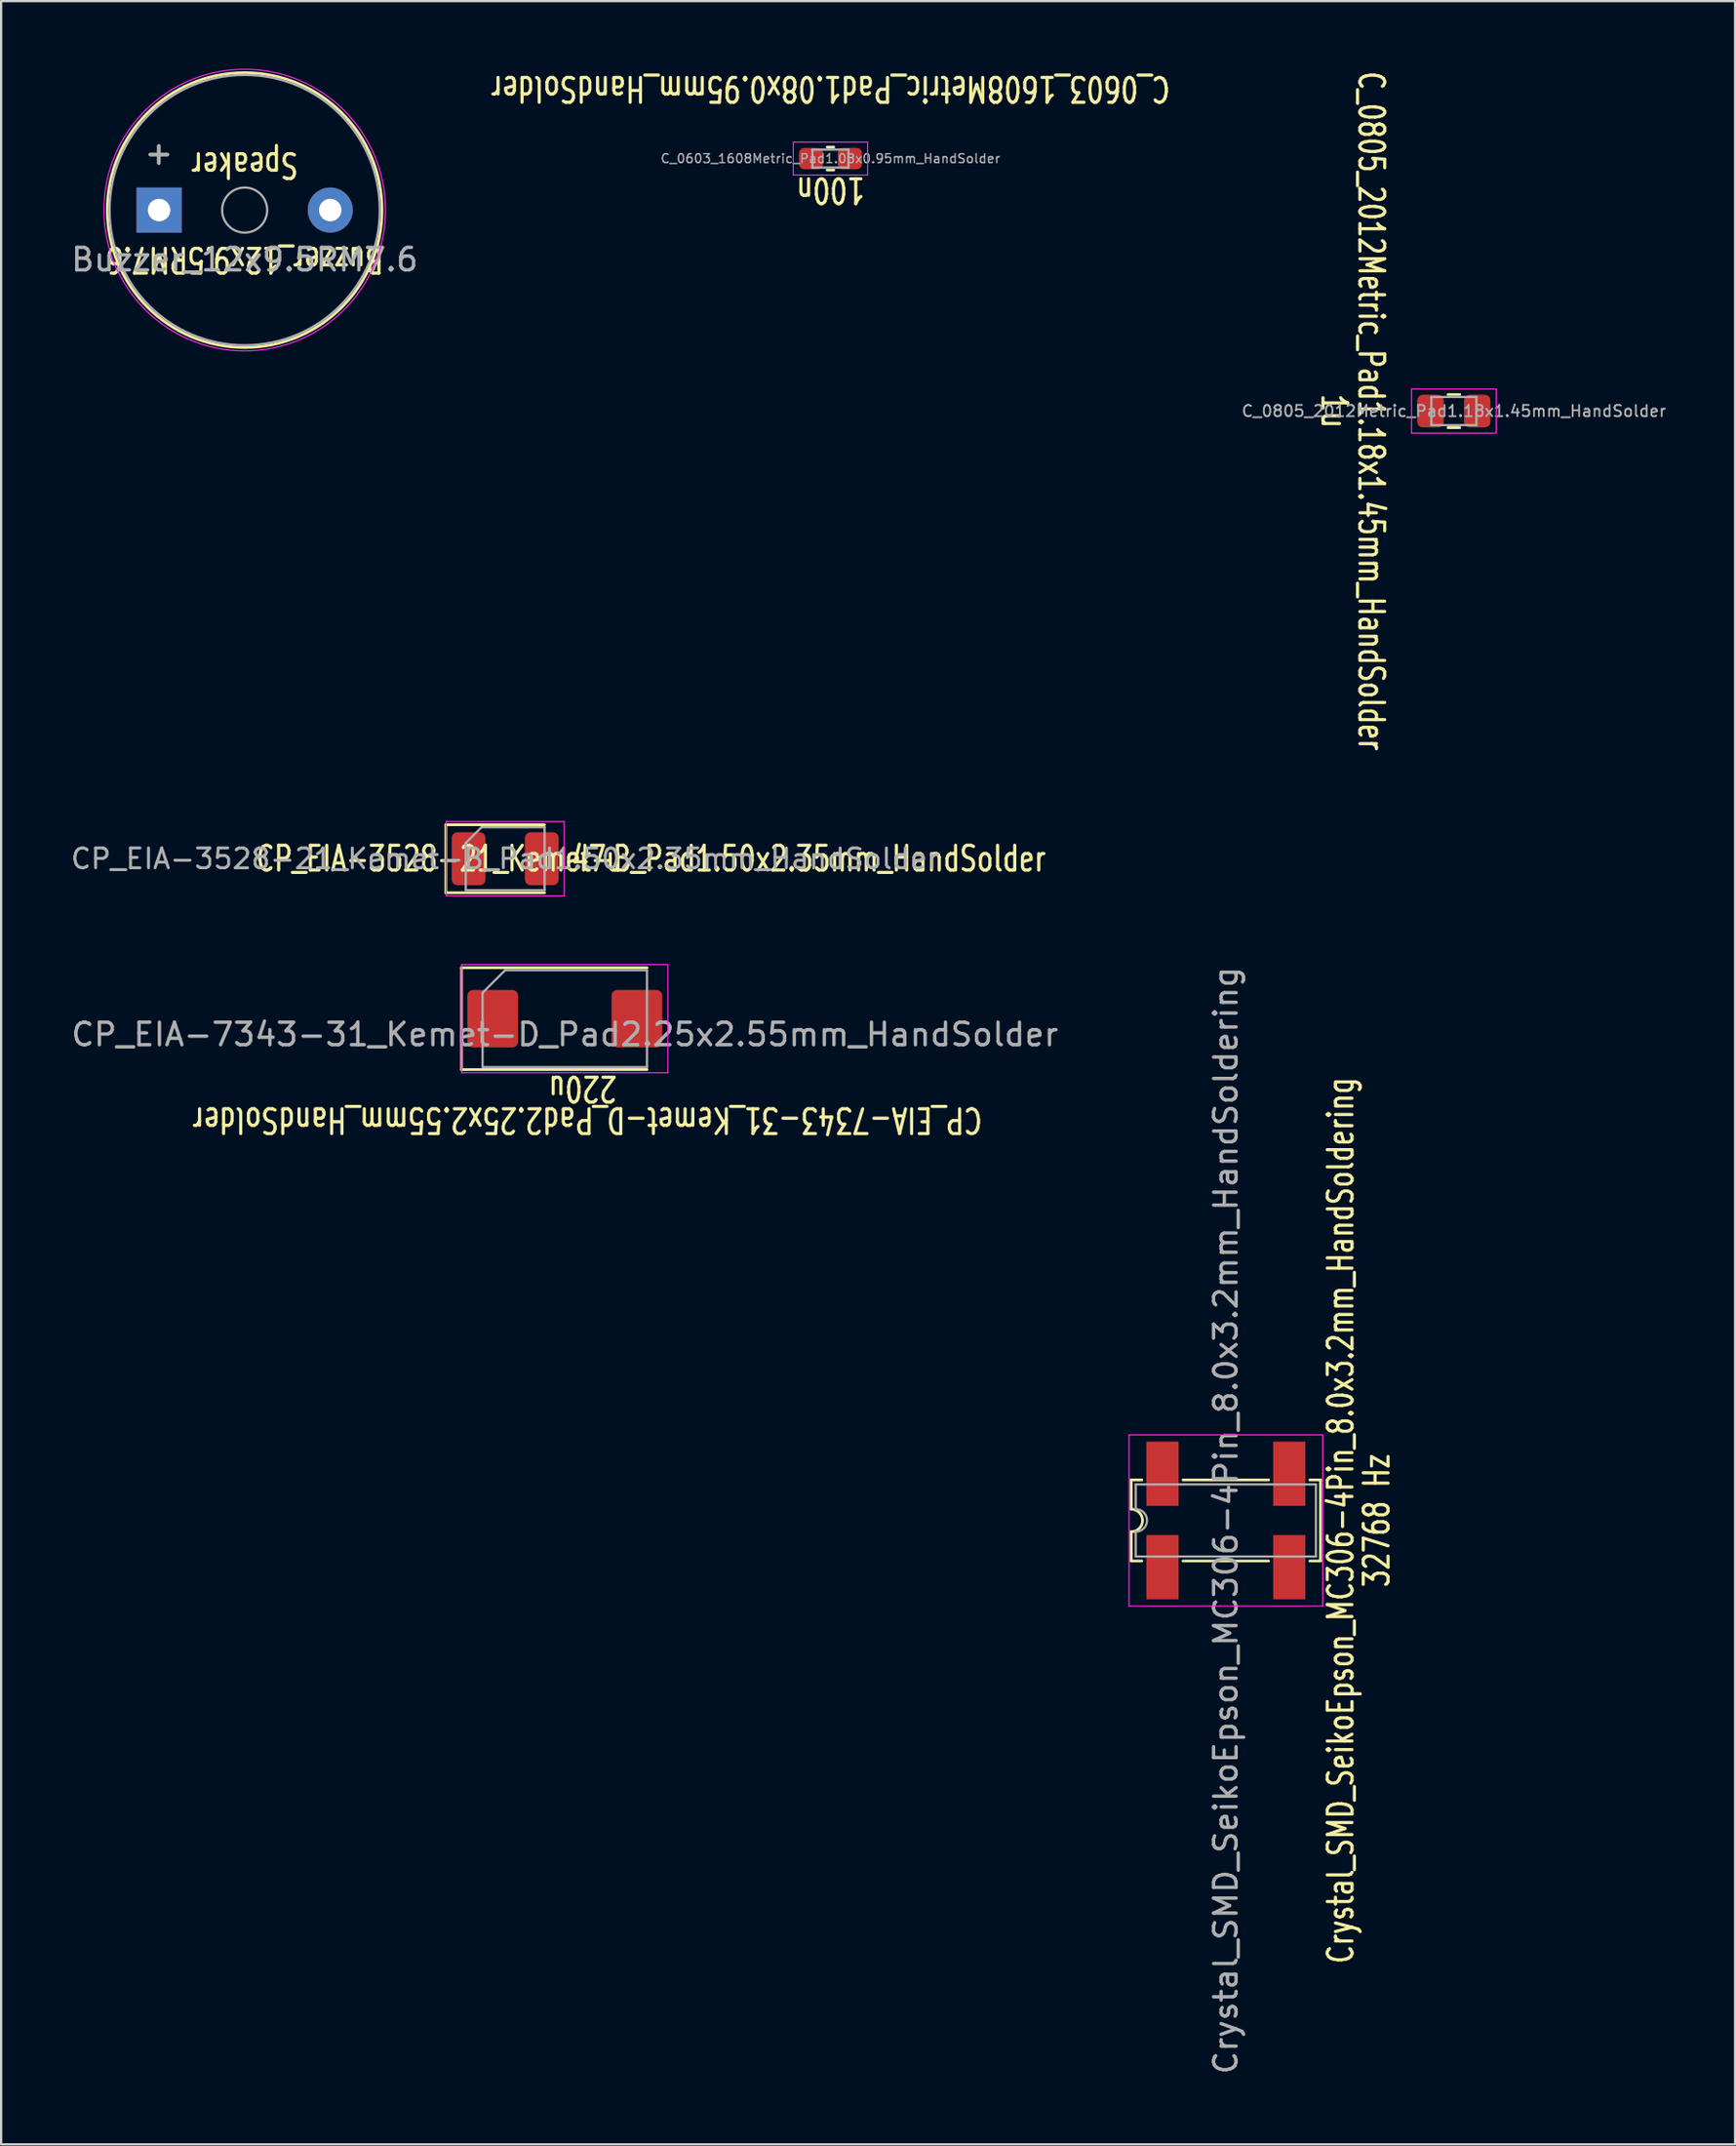
<source format=kicad_pcb>
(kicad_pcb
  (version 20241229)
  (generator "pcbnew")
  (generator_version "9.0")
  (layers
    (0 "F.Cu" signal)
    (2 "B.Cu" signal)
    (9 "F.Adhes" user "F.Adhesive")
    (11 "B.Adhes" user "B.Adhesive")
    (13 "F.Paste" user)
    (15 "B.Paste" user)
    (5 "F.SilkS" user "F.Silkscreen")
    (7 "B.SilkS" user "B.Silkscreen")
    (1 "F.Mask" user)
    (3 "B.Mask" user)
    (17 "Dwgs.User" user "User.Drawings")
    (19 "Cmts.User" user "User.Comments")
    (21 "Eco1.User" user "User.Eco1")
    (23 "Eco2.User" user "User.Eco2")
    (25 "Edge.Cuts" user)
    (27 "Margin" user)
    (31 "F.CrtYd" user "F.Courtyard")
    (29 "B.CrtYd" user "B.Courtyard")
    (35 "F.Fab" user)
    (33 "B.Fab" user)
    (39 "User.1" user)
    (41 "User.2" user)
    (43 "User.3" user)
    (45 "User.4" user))
  (footprint "C_0603_1608Metric_Pad1.08x0.95mm_HandSolder"
    (layer "F.Cu")
    (at 33.828 3.989)
    (property "Reference" "C_0603_1608Metric_Pad1.08x0.95mm_HandSolder" (at 0 -3.1 180) (unlocked yes) (layer "F.SilkS") (effects (font (size 1.1 0.8) (thickness 0.14))))
    (property "Value" "100n" (at 0 1.43 0) (layer "F.Fab") (hide yes) (effects (font (size 1 1) (thickness 0.15))))
    (attr smd)
    (fp_line (start -0.146 -0.51) (end 0.146 -0.51) (stroke (width 0.12) (type solid)) (layer "F.SilkS"))
    (fp_line (start -0.146 0.51) (end 0.146 0.51) (stroke (width 0.12) (type solid)) (layer "F.SilkS"))
    (fp_line (start -1.65 -0.73) (end 1.65 -0.73) (stroke (width 0.05) (type solid)) (layer "F.CrtYd"))
    (fp_line (start -1.65 0.73) (end -1.65 -0.73) (stroke (width 0.05) (type solid)) (layer "F.CrtYd"))
    (fp_line (start 1.65 -0.73) (end 1.65 0.73) (stroke (width 0.05) (type solid)) (layer "F.CrtYd"))
    (fp_line (start 1.65 0.73) (end -1.65 0.73) (stroke (width 0.05) (type solid)) (layer "F.CrtYd"))
    (fp_line (start -0.8 -0.4) (end 0.8 -0.4) (stroke (width 0.1) (type solid)) (layer "F.Fab"))
    (fp_line (start -0.8 0.4) (end -0.8 -0.4) (stroke (width 0.1) (type solid)) (layer "F.Fab"))
    (fp_line (start 0.8 -0.4) (end 0.8 0.4) (stroke (width 0.1) (type solid)) (layer "F.Fab"))
    (fp_line (start 0.8 0.4) (end -0.8 0.4) (stroke (width 0.1) (type solid)) (layer "F.Fab"))
    (fp_text user "${VALUE}" (at 0 1.4 180) (unlocked yes) (layer "F.SilkS") (effects (font (size 1.1 0.8) (thickness 0.14))))
    (fp_text user "${REFERENCE}" (at 0 0 0) (layer "F.Fab") (effects (font (size 0.4 0.4) (thickness 0.06))))
    (pad "1" smd roundrect (at -0.863 0) (size 1.075 0.95) (layers "F.Cu" "F.Mask" "F.Paste") (roundrect_rratio 0.25))
    (pad "2" smd roundrect (at 0.863 0) (size 1.075 0.95) (layers "F.Cu" "F.Mask" "F.Paste") (roundrect_rratio 0.25)))
  (footprint "Crystal_SMD_SeikoEpson_MC306-4Pin_8.0x3.2mm_HandSoldering"
    (layer "F.Cu")
    (at 51.385 64.44)
    (property "Reference" "Crystal_SMD_SeikoEpson_MC306-4Pin_8.0x3.2mm_HandSoldering" (at 5.1 0 90) (unlocked yes) (layer "F.SilkS") (effects (font (size 1.1 0.8) (thickness 0.14))))
    (property "Value" "32768 Hz" (at 5.1 0.8 270) (layer "F.Fab") (hide yes) (effects (font (size 1 1) (thickness 0.15))))
    (attr smd)
    (fp_line (start -4.2 -1.8) (end -3.73 -1.8) (stroke (width 0.12) (type solid)) (layer "F.SilkS"))
    (fp_line (start -4.2 -0.5) (end -4.2 -1.8) (stroke (width 0.12) (type solid)) (layer "F.SilkS"))
    (fp_line (start -4.2 1.8) (end -4.2 0.5) (stroke (width 0.12) (type solid)) (layer "F.SilkS"))
    (fp_line (start -4.2 1.8) (end -3.73 1.8) (stroke (width 0.12) (type solid)) (layer "F.SilkS"))
    (fp_line (start -1.9 -1.8) (end 1.9 -1.8) (stroke (width 0.12) (type solid)) (layer "F.SilkS"))
    (fp_line (start 1.9 1.8) (end -1.9 1.8) (stroke (width 0.12) (type solid)) (layer "F.SilkS"))
    (fp_line (start 3.73 -1.8) (end 4.2 -1.8) (stroke (width 0.12) (type solid)) (layer "F.SilkS"))
    (fp_line (start 4.2 -1.8) (end 4.2 1.8) (stroke (width 0.12) (type solid)) (layer "F.SilkS"))
    (fp_line (start 4.2 1.8) (end 3.73 1.8) (stroke (width 0.12) (type solid)) (layer "F.SilkS"))
    (fp_arc (start -4.2 -0.5) (mid -3.7 0) (end -4.2 0.5) (stroke (width 0.12) (type solid)) (layer "F.SilkS"))
    (fp_line (start -4.3 -3.8) (end -4.3 3.8) (stroke (width 0.05) (type solid)) (layer "F.CrtYd"))
    (fp_line (start -4.3 3.8) (end 4.3 3.8) (stroke (width 0.05) (type solid)) (layer "F.CrtYd"))
    (fp_line (start 4.3 -3.8) (end -4.3 -3.8) (stroke (width 0.05) (type solid)) (layer "F.CrtYd"))
    (fp_line (start 4.3 3.8) (end 4.3 -3.8) (stroke (width 0.05) (type solid)) (layer "F.CrtYd"))
    (fp_line (start -4 -1.6) (end 4 -1.6) (stroke (width 0.1) (type solid)) (layer "F.Fab"))
    (fp_line (start -4 -0.5) (end -4 -1.6) (stroke (width 0.1) (type solid)) (layer "F.Fab"))
    (fp_line (start -4 1.6) (end -4 0.5) (stroke (width 0.1) (type solid)) (layer "F.Fab"))
    (fp_line (start 4 -1.6) (end 4 1.6) (stroke (width 0.1) (type solid)) (layer "F.Fab"))
    (fp_line (start 4 1.6) (end -4 1.6) (stroke (width 0.1) (type solid)) (layer "F.Fab"))
    (fp_arc (start -4 -0.5) (mid -3.5 0) (end -4 0.5) (stroke (width 0.1) (type solid)) (layer "F.Fab"))
    (fp_text user "${VALUE}" (at 6.7 0 90) (unlocked yes) (layer "F.SilkS") (effects (font (size 1.1 0.8) (thickness 0.14))))
    (fp_text user "${REFERENCE}" (at 0 0 270) (layer "F.Fab") (effects (font (size 1 1) (thickness 0.15))))
    (pad "1" smd rect (at -2.815 2.075) (size 1.43 2.85) (layers "F.Cu" "F.Mask" "F.Paste"))
    (pad "2" smd rect (at 2.815 2.075) (size 1.43 2.85) (layers "F.Cu" "F.Mask" "F.Paste"))
    (pad "3" smd rect (at 2.815 -2.075) (size 1.43 2.85) (layers "F.Cu" "F.Mask" "F.Paste"))
    (pad "4" smd rect (at -2.815 -2.075) (size 1.43 2.85) (layers "F.Cu" "F.Mask" "F.Paste")))
  (footprint "Buzzer_12x9.5RM7.6"
    (layer "F.Cu")
    (at 4.015 6.275)
    (property "Reference" "Buzzer_12x9.5RM7.6" (at 3.8 2.2 180) (unlocked yes) (layer "F.SilkS") (effects (font (size 1.1 0.8) (thickness 0.14))))
    (property "Value" "Speaker" (at 3.8 -2 180) (layer "F.Fab") (hide yes) (effects (font (size 1 1) (thickness 0.15))))
    (attr through_hole)
    (fp_circle (center 3.8 0) (end 9.9 0) (stroke (width 0.12) (type solid)) (fill no) (layer "F.SilkS"))
    (fp_circle (center 3.8 0) (end 10.05 0) (stroke (width 0.05) (type solid)) (fill no) (layer "F.CrtYd"))
    (fp_circle (center 3.8 0) (end 4.8 0) (stroke (width 0.1) (type solid)) (fill no) (layer "F.Fab"))
    (fp_circle (center 3.8 0) (end 9.8 0) (stroke (width 0.1) (type solid)) (fill no) (layer "F.Fab"))
    (fp_text user "+" (at -0.01 -2.54 180) (layer "F.SilkS") (effects (font (size 1 1) (thickness 0.15))))
    (fp_text user "${VALUE}" (at 3.8 -2 180) (unlocked yes) (layer "F.SilkS") (effects (font (size 1.1 0.8) (thickness 0.14))))
    (fp_text user "+" (at -0.01 -2.54 180) (layer "F.Fab") (effects (font (size 1 1) (thickness 0.15))))
    (fp_text user "${REFERENCE}" (at 3.8 2.2 180) (layer "F.Fab") (effects (font (size 1 1) (thickness 0.15))))
    (pad "1" thru_hole rect (at 0 0) (size 2 2) (drill 1) (layers "*.Cu" "*.Mask"))
    (pad "2" thru_hole circle (at 7.6 0) (size 2 2) (drill 1) (layers "*.Cu" "*.Mask")))
  (footprint "CP_EIA-7343-31_Kemet-D_Pad2.25x2.55mm_HandSolder"
    (layer "F.Cu")
    (at 22.03 42.168)
    (property "Reference" "CP_EIA-7343-31_Kemet-D_Pad2.25x2.55mm_HandSolder" (at 1 4.5 180) (unlocked yes) (layer "F.SilkS") (effects (font (size 1.1 0.8) (thickness 0.14))))
    (property "Value" "220u" (at 0 -1.1 0) (layer "F.Fab") (hide yes) (effects (font (size 1 1) (thickness 0.15))))
    (attr smd)
    (fp_line (start -4.585 -2.26) (end -4.585 2.26) (stroke (width 0.12) (type solid)) (layer "F.SilkS"))
    (fp_line (start -4.585 2.26) (end 3.65 2.26) (stroke (width 0.12) (type solid)) (layer "F.SilkS"))
    (fp_line (start 3.65 -2.26) (end -4.585 -2.26) (stroke (width 0.12) (type solid)) (layer "F.SilkS"))
    (fp_line (start -4.58 -2.4) (end 4.58 -2.4) (stroke (width 0.05) (type solid)) (layer "F.CrtYd"))
    (fp_line (start -4.58 2.4) (end -4.58 -2.4) (stroke (width 0.05) (type solid)) (layer "F.CrtYd"))
    (fp_line (start 4.58 -2.4) (end 4.58 2.4) (stroke (width 0.05) (type solid)) (layer "F.CrtYd"))
    (fp_line (start 4.58 2.4) (end -4.58 2.4) (stroke (width 0.05) (type solid)) (layer "F.CrtYd"))
    (fp_line (start -3.65 -1.15) (end -3.65 2.15) (stroke (width 0.1) (type solid)) (layer "F.Fab"))
    (fp_line (start -3.65 2.15) (end 3.65 2.15) (stroke (width 0.1) (type solid)) (layer "F.Fab"))
    (fp_line (start -2.65 -2.15) (end -3.65 -1.15) (stroke (width 0.1) (type solid)) (layer "F.Fab"))
    (fp_line (start 3.65 -2.15) (end -2.65 -2.15) (stroke (width 0.1) (type solid)) (layer "F.Fab"))
    (fp_line (start 3.65 2.15) (end 3.65 -2.15) (stroke (width 0.1) (type solid)) (layer "F.Fab"))
    (fp_text user "${VALUE}" (at 0.8 3.1 180) (unlocked yes) (layer "F.SilkS") (effects (font (size 1.1 0.8) (thickness 0.14))))
    (fp_text user "${REFERENCE}" (at 0 0.7 0) (layer "F.Fab") (effects (font (size 1 1) (thickness 0.15))))
    (pad "1" smd roundrect (at -3.2 0) (size 2.25 2.55) (layers "F.Cu" "F.Mask" "F.Paste") (roundrect_rratio 0.111))
    (pad "2" smd roundrect (at 3.2 0) (size 2.25 2.55) (layers "F.Cu" "F.Mask" "F.Paste") (roundrect_rratio 0.111)))
  (footprint "CP_EIA-3528-21_Kemet-B_Pad1.50x2.35mm_HandSolder"
    (layer "F.Cu")
    (at 19.383 35.068)
    (property "Reference" "CP_EIA-3528-21_Kemet-B_Pad1.50x2.35mm_HandSolder" (at 6.475 0 0) (layer "F.SilkS") (effects (font (size 1.1 0.8) (thickness 0.14))))
    (property "Value" "47u" (at -3.425 0 180) (layer "F.Fab") (hide yes) (effects (font (size 1 1) (thickness 0.15))))
    (attr smd)
    (fp_line (start -2.635 -1.51) (end -2.635 1.51) (stroke (width 0.12) (type solid)) (layer "F.SilkS"))
    (fp_line (start -2.635 1.51) (end 1.75 1.51) (stroke (width 0.12) (type solid)) (layer "F.SilkS"))
    (fp_line (start 1.75 -1.51) (end -2.635 -1.51) (stroke (width 0.12) (type solid)) (layer "F.SilkS"))
    (fp_line (start -2.62 -1.65) (end 2.62 -1.65) (stroke (width 0.05) (type solid)) (layer "F.CrtYd"))
    (fp_line (start -2.62 1.65) (end -2.62 -1.65) (stroke (width 0.05) (type solid)) (layer "F.CrtYd"))
    (fp_line (start 2.62 -1.65) (end 2.62 1.65) (stroke (width 0.05) (type solid)) (layer "F.CrtYd"))
    (fp_line (start 2.62 1.65) (end -2.62 1.65) (stroke (width 0.05) (type solid)) (layer "F.CrtYd"))
    (fp_line (start -1.75 -0.7) (end -1.75 1.4) (stroke (width 0.1) (type solid)) (layer "F.Fab"))
    (fp_line (start -1.75 1.4) (end 1.75 1.4) (stroke (width 0.1) (type solid)) (layer "F.Fab"))
    (fp_line (start -1.05 -1.4) (end -1.75 -0.7) (stroke (width 0.1) (type solid)) (layer "F.Fab"))
    (fp_line (start 1.75 -1.4) (end -1.05 -1.4) (stroke (width 0.1) (type solid)) (layer "F.Fab"))
    (fp_line (start 1.75 1.4) (end 1.75 -1.4) (stroke (width 0.1) (type solid)) (layer "F.Fab"))
    (fp_text user "${VALUE}" (at 4.075 0 0) (layer "F.SilkS") (effects (font (size 1.1 0.8) (thickness 0.14))))
    (fp_text user "${REFERENCE}" (at 0 0 180) (layer "F.Fab") (effects (font (size 0.88 0.88) (thickness 0.13))))
    (pad "1" smd roundrect (at -1.625 0) (size 1.5 2.35) (layers "F.Cu" "F.Mask" "F.Paste") (roundrect_rratio 0.167))
    (pad "2" smd roundrect (at 1.625 0) (size 1.5 2.35) (layers "F.Cu" "F.Mask" "F.Paste") (roundrect_rratio 0.167)))
  (footprint "C_0805_2012Metric_Pad1.18x1.45mm_HandSolder"
    (layer "F.Cu")
    (at 61.511 15.197)
    (property "Reference" "C_0805_2012Metric_Pad1.18x1.45mm_HandSolder" (at -3.67 0 270) (unlocked yes) (layer "F.SilkS") (effects (font (size 1.1 0.8) (thickness 0.14))))
    (property "Value" "1u" (at -2.47 0 90) (layer "F.Fab") (hide yes) (effects (font (size 1 1) (thickness 0.15))))
    (attr smd)
    (fp_line (start -0.261 -0.735) (end 0.261 -0.735) (stroke (width 0.12) (type solid)) (layer "F.SilkS"))
    (fp_line (start -0.261 0.735) (end 0.261 0.735) (stroke (width 0.12) (type solid)) (layer "F.SilkS"))
    (fp_line (start -1.88 -0.98) (end 1.88 -0.98) (stroke (width 0.05) (type solid)) (layer "F.CrtYd"))
    (fp_line (start -1.88 0.98) (end -1.88 -0.98) (stroke (width 0.05) (type solid)) (layer "F.CrtYd"))
    (fp_line (start 1.88 -0.98) (end 1.88 0.98) (stroke (width 0.05) (type solid)) (layer "F.CrtYd"))
    (fp_line (start 1.88 0.98) (end -1.88 0.98) (stroke (width 0.05) (type solid)) (layer "F.CrtYd"))
    (fp_line (start -1 -0.625) (end 1 -0.625) (stroke (width 0.1) (type solid)) (layer "F.Fab"))
    (fp_line (start -1 0.625) (end -1 -0.625) (stroke (width 0.1) (type solid)) (layer "F.Fab"))
    (fp_line (start 1 -0.625) (end 1 0.625) (stroke (width 0.1) (type solid)) (layer "F.Fab"))
    (fp_line (start 1 0.625) (end -1 0.625) (stroke (width 0.1) (type solid)) (layer "F.Fab"))
    (fp_text user "${VALUE}" (at -5.31 0 270) (unlocked yes) (layer "F.SilkS") (effects (font (size 1.1 0.8) (thickness 0.14))))
    (fp_text user "${REFERENCE}" (at 0 0 180) (layer "F.Fab") (effects (font (size 0.5 0.5) (thickness 0.08))))
    (pad "1" smd roundrect (at -1.038 0) (size 1.175 1.45) (layers "F.Cu" "F.Mask" "F.Paste") (roundrect_rratio 0.213))
    (pad "2" smd roundrect (at 1.038 0) (size 1.175 1.45) (layers "F.Cu" "F.Mask" "F.Paste") (roundrect_rratio 0.213)))
  (gr_rect
    (start -3 -3)
    (end 73.998 92.136)
    (stroke (width 0.1) (type default))
    (fill no)
    (layer "Edge.Cuts")))
</source>
